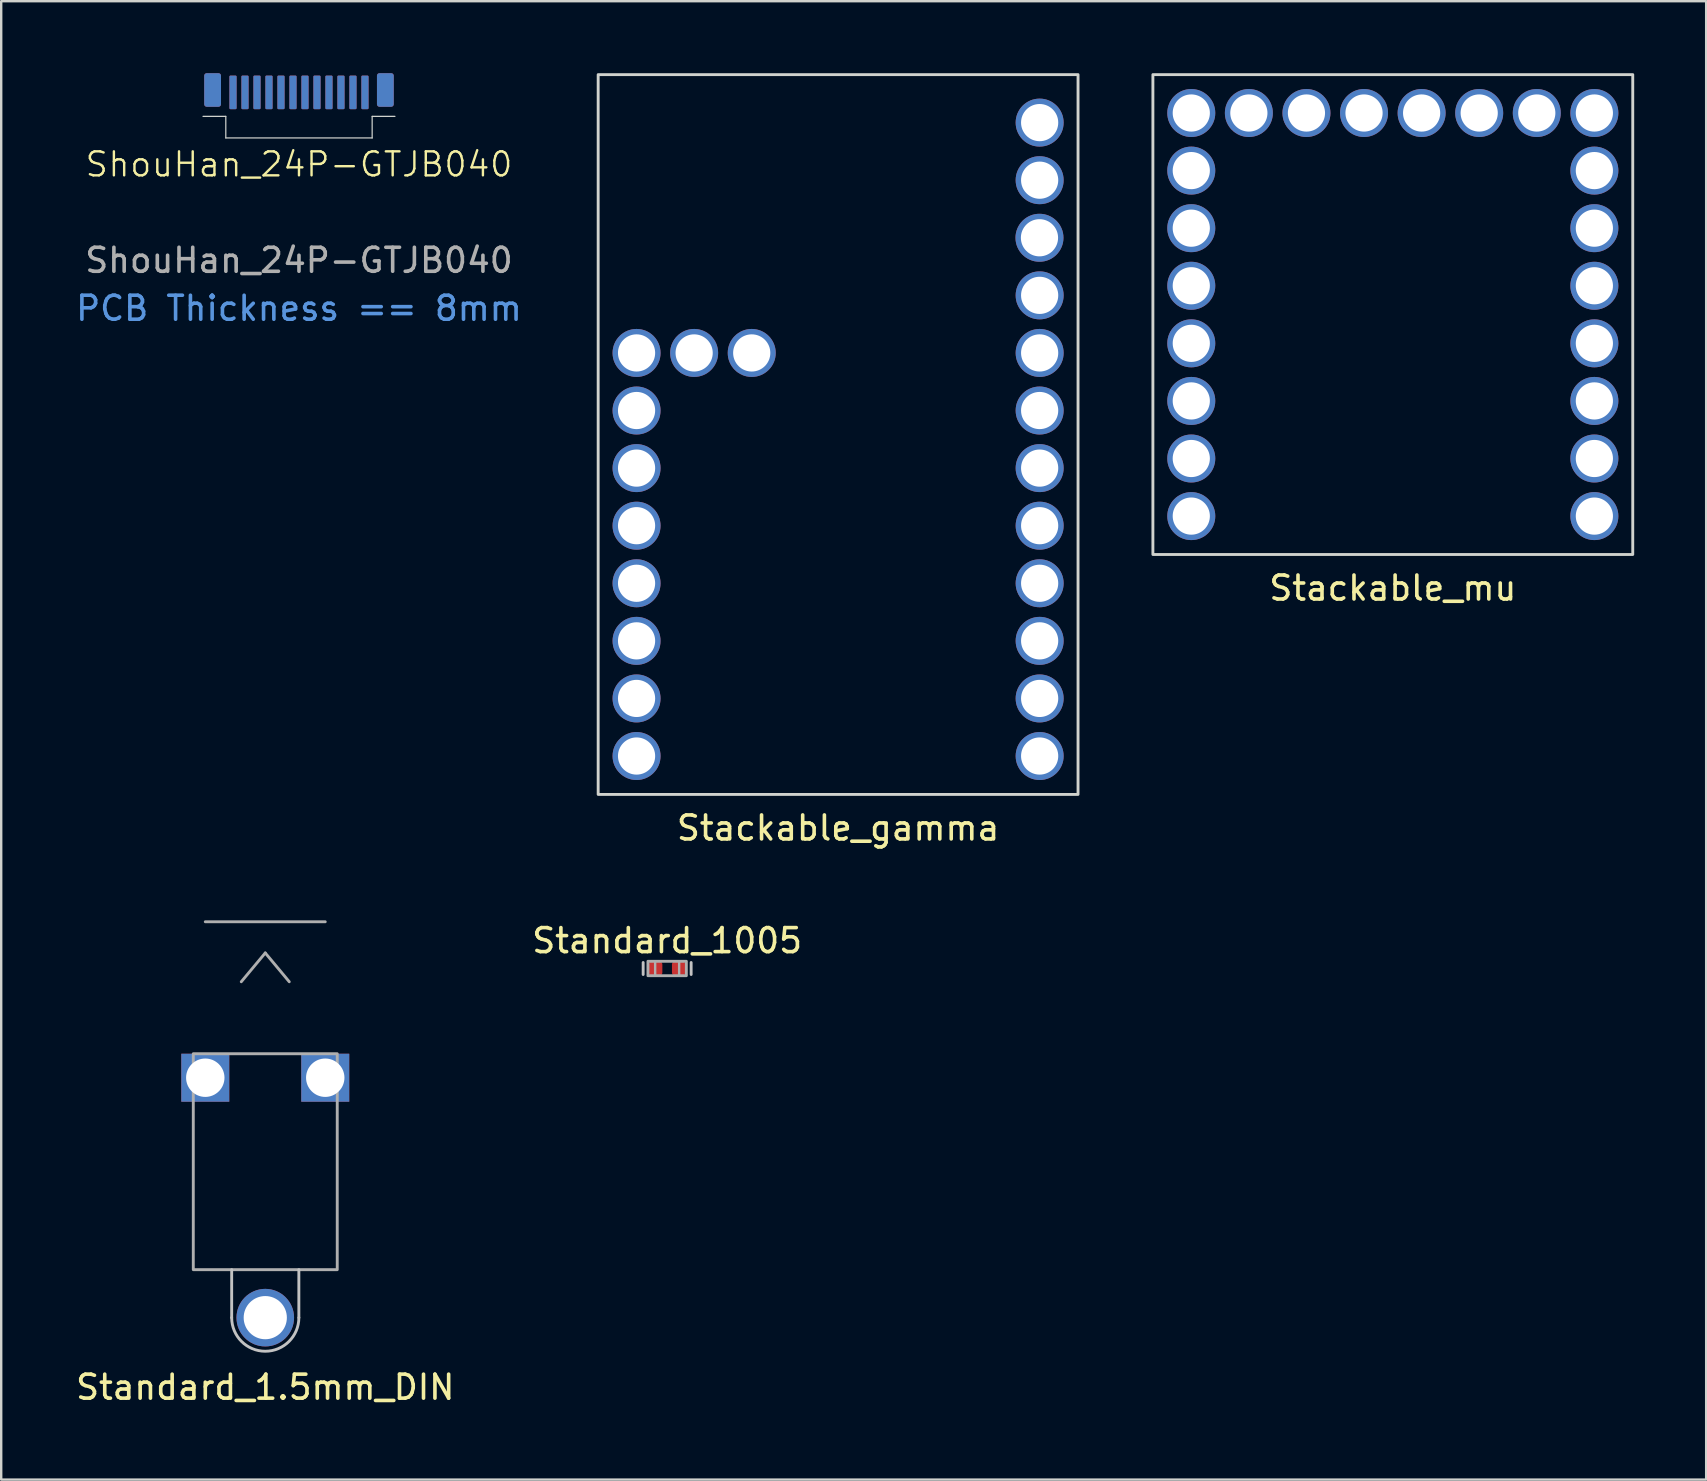
<source format=kicad_pcb>
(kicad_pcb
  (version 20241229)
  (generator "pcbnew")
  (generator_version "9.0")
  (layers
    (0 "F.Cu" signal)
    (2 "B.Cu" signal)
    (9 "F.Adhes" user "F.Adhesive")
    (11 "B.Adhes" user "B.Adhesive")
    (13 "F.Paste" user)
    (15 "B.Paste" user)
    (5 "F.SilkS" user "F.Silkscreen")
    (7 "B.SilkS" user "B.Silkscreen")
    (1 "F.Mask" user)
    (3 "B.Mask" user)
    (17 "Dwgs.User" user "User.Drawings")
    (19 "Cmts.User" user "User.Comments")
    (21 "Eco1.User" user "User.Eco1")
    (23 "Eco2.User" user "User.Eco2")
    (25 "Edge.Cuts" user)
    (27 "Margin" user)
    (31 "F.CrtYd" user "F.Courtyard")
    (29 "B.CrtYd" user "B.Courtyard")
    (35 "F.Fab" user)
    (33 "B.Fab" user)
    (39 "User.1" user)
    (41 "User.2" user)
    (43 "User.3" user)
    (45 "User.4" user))
  (footprint "Stackable_mu"
    (layer "F.Cu")
    (at 55.001 10.06)
    (property "Reference" "Stackable_mu" (at 0 11.4 0) (unlocked yes) (layer "F.SilkS") (effects (font (size 1 1) (thickness 0.15))))
    (attr smd)
    (fp_rect (start -10 -10) (end 10 10) (stroke (width 0.12) (type solid)) (fill no) (layer "Edge.Cuts"))
    (pad "1" thru_hole circle (at -8.4 8.4) (size 2 2) (drill 1.55) (layers "*.Cu" "*.Mask"))
    (pad "2" thru_hole circle (at -8.4 6) (size 2 2) (drill 1.55) (layers "*.Cu" "*.Mask"))
    (pad "3" thru_hole circle (at -8.4 3.6) (size 2 2) (drill 1.55) (layers "*.Cu" "*.Mask"))
    (pad "4" thru_hole circle (at -8.4 1.2) (size 2 2) (drill 1.55) (layers "*.Cu" "*.Mask"))
    (pad "5" thru_hole circle (at -8.4 -1.2) (size 2 2) (drill 1.55) (layers "*.Cu" "*.Mask"))
    (pad "6" thru_hole circle (at -8.4 -3.6) (size 2 2) (drill 1.55) (layers "*.Cu" "*.Mask"))
    (pad "7" thru_hole circle (at -8.4 -6) (size 2 2) (drill 1.55) (layers "*.Cu" "*.Mask"))
    (pad "8" thru_hole circle (at -8.4 -8.4) (size 2 2) (drill 1.55) (layers "*.Cu" "*.Mask"))
    (pad "9" thru_hole circle (at -6 -8.4) (size 2 2) (drill 1.55) (layers "*.Cu" "*.Mask"))
    (pad "10" thru_hole circle (at -3.6 -8.4) (size 2 2) (drill 1.55) (layers "*.Cu" "*.Mask"))
    (pad "11" thru_hole circle (at -1.2 -8.4) (size 2 2) (drill 1.55) (layers "*.Cu" "*.Mask"))
    (pad "12" thru_hole circle (at 1.2 -8.4) (size 2 2) (drill 1.55) (layers "*.Cu" "*.Mask"))
    (pad "13" thru_hole circle (at 3.6 -8.4) (size 2 2) (drill 1.55) (layers "*.Cu" "*.Mask"))
    (pad "14" thru_hole circle (at 6 -8.4) (size 2 2) (drill 1.55) (layers "*.Cu" "*.Mask"))
    (pad "15" thru_hole circle (at 8.4 -8.4) (size 2 2) (drill 1.55) (layers "*.Cu" "*.Mask"))
    (pad "16" thru_hole circle (at 8.4 -6) (size 2 2) (drill 1.55) (layers "*.Cu" "*.Mask"))
    (pad "17" thru_hole circle (at 8.4 -3.6) (size 2 2) (drill 1.55) (layers "*.Cu" "*.Mask"))
    (pad "18" thru_hole circle (at 8.4 -1.2) (size 2 2) (drill 1.55) (layers "*.Cu" "*.Mask"))
    (pad "19" thru_hole circle (at 8.4 1.2) (size 2 2) (drill 1.55) (layers "*.Cu" "*.Mask"))
    (pad "20" thru_hole circle (at 8.4 3.6) (size 2 2) (drill 1.55) (layers "*.Cu" "*.Mask"))
    (pad "21" thru_hole circle (at 8.4 6) (size 2 2) (drill 1.55) (layers "*.Cu" "*.Mask"))
    (pad "22" thru_hole circle (at 8.4 8.4) (size 2 2) (drill 1.55) (layers "*.Cu" "*.Mask")))
  (footprint "Standard_1005"
    (layer "F.Cu")
    (at 24.756 37.316)
    (property "Reference" "Standard_1005" (at 0 -1.16 0) (layer "F.SilkS") (effects (font (size 1 1) (thickness 0.15))))
    (attr smd)
    (fp_line (start -1 0.25) (end -1 -0.25) (stroke (width 0.12) (type solid)) (layer "Dwgs.User"))
    (fp_line (start 1 -0.25) (end 1 0.25) (stroke (width 0.12) (type solid)) (layer "Dwgs.User"))
    (fp_line (start -0.5 0.25) (end -0.5 -0.25) (stroke (width 0.1) (type solid)) (layer "F.Fab"))
    (fp_line (start 0.5 -0.25) (end 0.5 0.25) (stroke (width 0.1) (type solid)) (layer "F.Fab"))
    (fp_rect (start -0.8 -0.3) (end 0.8 0.3) (stroke (width 0.12) (type solid)) (fill no) (layer "F.Fab"))
    (pad "1" smd roundrect (at -0.48 0) (size 0.56 0.62) (layers "F.Cu" "F.Mask" "F.Paste") (roundrect_rratio 0.25))
    (pad "2" smd roundrect (at 0.48 0) (size 0.56 0.62) (layers "F.Cu" "F.Mask" "F.Paste") (roundrect_rratio 0.25)))
  (footprint "Stackable_gamma"
    (layer "F.Cu")
    (at 31.881 20.06)
    (property "Reference" "Stackable_gamma" (at 0 11.4 0) (unlocked yes) (layer "F.SilkS") (effects (font (size 1 1) (thickness 0.15))))
    (attr smd)
    (fp_rect (start -10 -20) (end 10 10) (stroke (width 0.12) (type solid)) (fill no) (layer "Edge.Cuts"))
    (pad "1" thru_hole circle (at -8.4 8.4) (size 2 2) (drill 1.55) (layers "*.Cu" "*.Mask"))
    (pad "2" thru_hole circle (at -8.4 6) (size 2 2) (drill 1.55) (layers "*.Cu" "*.Mask"))
    (pad "3" thru_hole circle (at -8.4 3.6) (size 2 2) (drill 1.55) (layers "*.Cu" "*.Mask"))
    (pad "4" thru_hole circle (at -8.4 1.2) (size 2 2) (drill 1.55) (layers "*.Cu" "*.Mask"))
    (pad "5" thru_hole circle (at -8.4 -1.2) (size 2 2) (drill 1.55) (layers "*.Cu" "*.Mask"))
    (pad "6" thru_hole circle (at -8.4 -3.6) (size 2 2) (drill 1.55) (layers "*.Cu" "*.Mask"))
    (pad "7" thru_hole circle (at -8.4 -6) (size 2 2) (drill 1.55) (layers "*.Cu" "*.Mask"))
    (pad "8" thru_hole circle (at -8.4 -8.4) (size 2 2) (drill 1.55) (layers "*.Cu" "*.Mask"))
    (pad "9" thru_hole circle (at -6 -8.4) (size 2 2) (drill 1.55) (layers "*.Cu" "*.Mask"))
    (pad "10" thru_hole circle (at -3.6 -8.4) (size 2 2) (drill 1.55) (layers "*.Cu" "*.Mask"))
    (pad "15" thru_hole circle (at 8.4 -8.4) (size 2 2) (drill 1.55) (layers "*.Cu" "*.Mask"))
    (pad "16" thru_hole circle (at 8.4 -6) (size 2 2) (drill 1.55) (layers "*.Cu" "*.Mask"))
    (pad "17" thru_hole circle (at 8.4 -3.6) (size 2 2) (drill 1.55) (layers "*.Cu" "*.Mask"))
    (pad "18" thru_hole circle (at 8.4 -1.2) (size 2 2) (drill 1.55) (layers "*.Cu" "*.Mask"))
    (pad "19" thru_hole circle (at 8.4 1.2) (size 2 2) (drill 1.55) (layers "*.Cu" "*.Mask"))
    (pad "20" thru_hole circle (at 8.4 3.6) (size 2 2) (drill 1.55) (layers "*.Cu" "*.Mask"))
    (pad "21" thru_hole circle (at 8.4 6) (size 2 2) (drill 1.55) (layers "*.Cu" "*.Mask"))
    (pad "22" thru_hole circle (at 8.4 8.4) (size 2 2) (drill 1.55) (layers "*.Cu" "*.Mask"))
    (pad "23" thru_hole circle (at 8.4 -10.8) (size 2 2) (drill 1.55) (layers "*.Cu" "*.Mask"))
    (pad "24" thru_hole circle (at 8.393 -13.2) (size 2 2) (drill 1.55) (layers "*.Cu" "*.Mask"))
    (pad "25" thru_hole circle (at 8.4 -15.6) (size 2 2) (drill 1.55) (layers "*.Cu" "*.Mask"))
    (pad "26" thru_hole circle (at 8.4 -18) (size 2 2) (drill 1.55) (layers "*.Cu" "*.Mask")))
  (footprint "Standard_1.5mm_DIN"
    (layer "F.Cu")
    (at 8.006 51.868)
    (property "Reference" "Standard_1.5mm_DIN" (at 0 2.9 0) (unlocked yes) (layer "F.SilkS") (effects (font (size 1 1) (thickness 0.15))))
    (attr smd)
    (fp_line (start -1.4 0) (end -1.4 -2) (stroke (width 0.12) (type solid)) (layer "Dwgs.User"))
    (fp_line (start 1.4 0) (end 1.4 -2) (stroke (width 0.12) (type solid)) (layer "Dwgs.User"))
    (fp_arc (start 1.4 0) (mid 0 1.4) (end -1.4 0) (stroke (width 0.12) (type solid)) (layer "Dwgs.User"))
    (fp_line (start -2.5 -16.5) (end 2.5 -16.5) (stroke (width 0.12) (type solid)) (layer "F.Fab"))
    (fp_line (start 0 -15.2) (end -1 -14) (stroke (width 0.12) (type solid)) (layer "F.Fab"))
    (fp_line (start 0 -15.2) (end 1 -14) (stroke (width 0.12) (type solid)) (layer "F.Fab"))
    (fp_rect (start -3 -11) (end 3 -2) (stroke (width 0.12) (type solid)) (fill no) (layer "F.Fab"))
    (pad "" thru_hole rect (at -2.5 -10) (size 2 2) (drill 1.6) (layers "*.Cu" "*.Mask"))
    (pad "" thru_hole rect (at 2.5 -10) (size 2 2) (drill 1.6) (layers "*.Cu" "*.Mask"))
    (pad "1" thru_hole circle (at 0 0) (size 2.4 2.4) (drill 1.8) (layers "*.Cu" "*.Mask")))
  (footprint "ShouHan_24P-GTJB040"
    (layer "F.Cu")
    (at 9.411 1.8)
    (property "Reference" "ShouHan_24P-GTJB040" (at 0 2 0) (unlocked yes) (layer "F.SilkS") (effects (font (size 1 1) (thickness 0.1))))
    (attr smd)
    (fp_line (start -3.05 0) (end -4 0) (stroke (width 0.05) (type default)) (layer "Edge.Cuts"))
    (fp_line (start -3.05 0.9) (end -3.05 0) (stroke (width 0.05) (type default)) (layer "Edge.Cuts"))
    (fp_line (start 3.05 0) (end 4 0) (stroke (width 0.05) (type default)) (layer "Edge.Cuts"))
    (fp_line (start 3.05 0.9) (end -3.05 0.9) (stroke (width 0.05) (type default)) (layer "Edge.Cuts"))
    (fp_line (start 3.05 0.9) (end 3.05 0) (stroke (width 0.05) (type default)) (layer "Edge.Cuts"))
    (fp_text user "PCB Thickness == 8mm" (at 0 8 0) (unlocked yes) (layer "Cmts.User") (effects (font (size 1 1) (thickness 0.15))))
    (fp_text user "${REFERENCE}" (at 0 6 0) (unlocked yes) (layer "F.Fab") (effects (font (size 1 1) (thickness 0.15))))
    (pad "A1" smd roundrect (at 2.75 -1) (size 0.3 1.4) (layers "F.Cu" "F.Mask" "F.Paste") (roundrect_rratio 0.15))
    (pad "A2" smd roundrect (at 2.25 -1) (size 0.3 1.4) (layers "F.Cu" "F.Mask" "F.Paste") (roundrect_rratio 0.15))
    (pad "A3" smd roundrect (at 1.75 -1) (size 0.3 1.4) (layers "F.Cu" "F.Mask" "F.Paste") (roundrect_rratio 0.15))
    (pad "A4" smd roundrect (at 1.25 -1) (size 0.3 1.4) (layers "F.Cu" "F.Mask" "F.Paste") (roundrect_rratio 0.15))
    (pad "A5" smd roundrect (at 0.75 -1) (size 0.3 1.4) (layers "F.Cu" "F.Mask" "F.Paste") (roundrect_rratio 0.15))
    (pad "A6" smd roundrect (at 0.25 -1) (size 0.3 1.4) (layers "F.Cu" "F.Mask" "F.Paste") (roundrect_rratio 0.15))
    (pad "A7" smd roundrect (at -0.25 -1) (size 0.3 1.4) (layers "F.Cu" "F.Mask" "F.Paste") (roundrect_rratio 0.15))
    (pad "A8" smd roundrect (at -0.75 -1) (size 0.3 1.4) (layers "F.Cu" "F.Mask" "F.Paste") (roundrect_rratio 0.15))
    (pad "A9" smd roundrect (at -1.25 -1) (size 0.3 1.4) (layers "F.Cu" "F.Mask" "F.Paste") (roundrect_rratio 0.15))
    (pad "A10" smd roundrect (at -1.75 -1) (size 0.3 1.4) (layers "F.Cu" "F.Mask" "F.Paste") (roundrect_rratio 0.15))
    (pad "A11" smd roundrect (at -2.25 -1) (size 0.3 1.4) (layers "F.Cu" "F.Mask" "F.Paste") (roundrect_rratio 0.15))
    (pad "A12" smd roundrect (at -2.75 -1) (size 0.3 1.4) (layers "F.Cu" "F.Mask" "F.Paste") (roundrect_rratio 0.15))
    (pad "B1" smd roundrect (at -2.75 -1) (size 0.3 1.4) (layers "B.Cu" "B.Mask" "B.Paste") (roundrect_rratio 0.15))
    (pad "B2" smd roundrect (at -2.25 -1) (size 0.3 1.4) (layers "B.Cu" "B.Mask" "B.Paste") (roundrect_rratio 0.15))
    (pad "B3" smd roundrect (at -1.75 -1) (size 0.3 1.4) (layers "B.Cu" "B.Mask" "B.Paste") (roundrect_rratio 0.15))
    (pad "B4" smd roundrect (at -1.25 -1) (size 0.3 1.4) (layers "B.Cu" "B.Mask" "B.Paste") (roundrect_rratio 0.15))
    (pad "B5" smd roundrect (at -0.75 -1) (size 0.3 1.4) (layers "B.Cu" "B.Mask" "B.Paste") (roundrect_rratio 0.15))
    (pad "B6" smd roundrect (at -0.25 -1) (size 0.3 1.4) (layers "B.Cu" "B.Mask" "B.Paste") (roundrect_rratio 0.15))
    (pad "B7" smd roundrect (at 0.25 -1) (size 0.3 1.4) (layers "B.Cu" "B.Mask" "B.Paste") (roundrect_rratio 0.15))
    (pad "B8" smd roundrect (at 0.75 -1) (size 0.3 1.4) (layers "B.Cu" "B.Mask" "B.Paste") (roundrect_rratio 0.15))
    (pad "B9" smd roundrect (at 1.25 -1) (size 0.3 1.4) (layers "B.Cu" "B.Mask" "B.Paste") (roundrect_rratio 0.15))
    (pad "B10" smd roundrect (at 1.75 -1) (size 0.3 1.4) (layers "B.Cu" "B.Mask" "B.Paste") (roundrect_rratio 0.15))
    (pad "B11" smd roundrect (at 2.25 -1) (size 0.3 1.4) (layers "B.Cu" "B.Mask" "B.Paste") (roundrect_rratio 0.15))
    (pad "B12" smd roundrect (at 2.75 -1) (size 0.3 1.4) (layers "B.Cu" "B.Mask" "B.Paste") (roundrect_rratio 0.15))
    (pad "S1" smd roundrect (at -3.6 -1.1) (size 0.7 1.4) (layers "F.Cu" "F.Mask" "F.Paste") (roundrect_rratio 0.15))
    (pad "S1" smd roundrect (at -3.6 -1.1) (size 0.7 1.4) (layers "B.Cu" "B.Mask" "B.Paste") (roundrect_rratio 0.15))
    (pad "S1" smd roundrect (at 3.6 -1.1) (size 0.7 1.4) (layers "F.Cu" "F.Mask" "F.Paste") (roundrect_rratio 0.15))
    (pad "S1" smd roundrect (at 3.6 -1.1) (size 0.7 1.4) (layers "B.Cu" "B.Mask" "B.Paste") (roundrect_rratio 0.15))
    (zone (net_name "") (layers "*.CrtYd") (name "PlugBody") (hatch edge 0.5) (connect_pads) (min_thickness 0.25) (filled_areas_thickness no) (keepout (tracks not_allowed) (vias not_allowed) (pads not_allowed) (copperpour not_allowed) (footprints not_allowed)) (placement (enabled no)) (fill) (polygon (pts (xy 13.411 1.8) (xy 13.411 12.3) (xy 5.411 12.3) (xy 5.411 1.8)))))
  (gr_rect
    (start -3 -3)
    (end 68.061 58.617)
    (stroke (width 0.1) (type default))
    (fill no)
    (layer "Edge.Cuts")))
</source>
